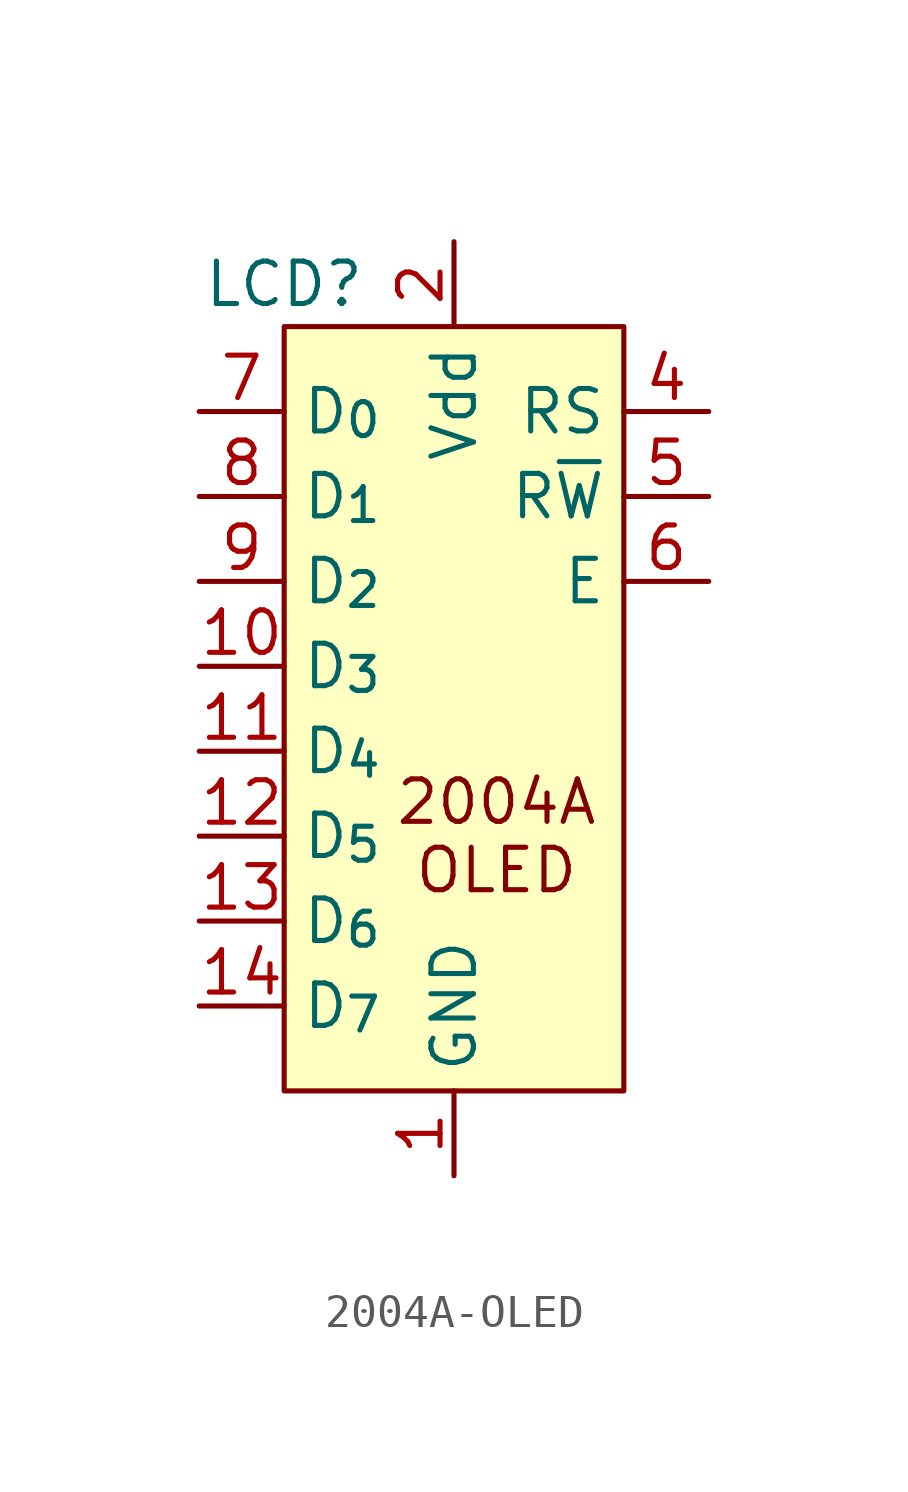
<source format=kicad_sym>
(kicad_symbol_lib
  (version 20220914)
  (generator kicad_symbol_editor)
  (symbol "2004A-OLED"
    (property "Reference" "LCD"
      (at -5.08 12.7 0)
      (effects (font (size 1.27 1.27))))
    (property "Value" ""
      (at -5.08 -12.7 0)
      (effects (font (size 1.27 1.27))))
    (symbol "2004A-OLED_1_1"
      (rectangle (start -5.08 11.43) (end 5.08 -11.43) (stroke (width 0) (type default)) (fill (type background)))
      (text "2004A\nOLED" (at 1.27 -3.81 0) (effects (font (size 1.27 1.27))))
      (pin power_in line (at 0 -13.97 90) (length 2.54) (name "GND" (effects (font (size 1.27 1.27)))) (number "1" (effects (font (size 1.27 1.27)))))
      (pin bidirectional line (at -7.62 1.27 0) (length 2.54) (name "D_{3}" (effects (font (size 1.27 1.27)))) (number "10" (effects (font (size 1.27 1.27)))))
      (pin bidirectional line (at -7.62 -1.27 0) (length 2.54) (name "D_{4}" (effects (font (size 1.27 1.27)))) (number "11" (effects (font (size 1.27 1.27)))))
      (pin bidirectional line (at -7.62 -3.81 0) (length 2.54) (name "D_{5}" (effects (font (size 1.27 1.27)))) (number "12" (effects (font (size 1.27 1.27)))))
      (pin bidirectional line (at -7.62 -6.35 0) (length 2.54) (name "D_{6}" (effects (font (size 1.27 1.27)))) (number "13" (effects (font (size 1.27 1.27)))))
      (pin bidirectional line (at -7.62 -8.89 0) (length 2.54) (name "D_{7}" (effects (font (size 1.27 1.27)))) (number "14" (effects (font (size 1.27 1.27)))))
      (pin power_in line (at 0 13.97 270) (length 2.54) (name "Vdd" (effects (font (size 1.27 1.27)))) (number "2" (effects (font (size 1.27 1.27)))))
      (pin input line (at 7.62 8.89 180) (length 2.54) (name "RS" (effects (font (size 1.27 1.27)))) (number "4" (effects (font (size 1.27 1.27)))))
      (pin input line (at 7.62 6.35 180) (length 2.54) (name "R~{W}" (effects (font (size 1.27 1.27)))) (number "5" (effects (font (size 1.27 1.27)))))
      (pin input line (at 7.62 3.81 180) (length 2.54) (name "E" (effects (font (size 1.27 1.27)))) (number "6" (effects (font (size 1.27 1.27)))))
      (pin bidirectional line (at -7.62 8.89 0) (length 2.54) (name "D_{0}" (effects (font (size 1.27 1.27)))) (number "7" (effects (font (size 1.27 1.27)))))
      (pin bidirectional line (at -7.62 6.35 0) (length 2.54) (name "D_{1}" (effects (font (size 1.27 1.27)))) (number "8" (effects (font (size 1.27 1.27)))))
      (pin bidirectional line (at -7.62 3.81 0) (length 2.54) (name "D_{2}" (effects (font (size 1.27 1.27)))) (number "9" (effects (font (size 1.27 1.27))))))))
</source>
